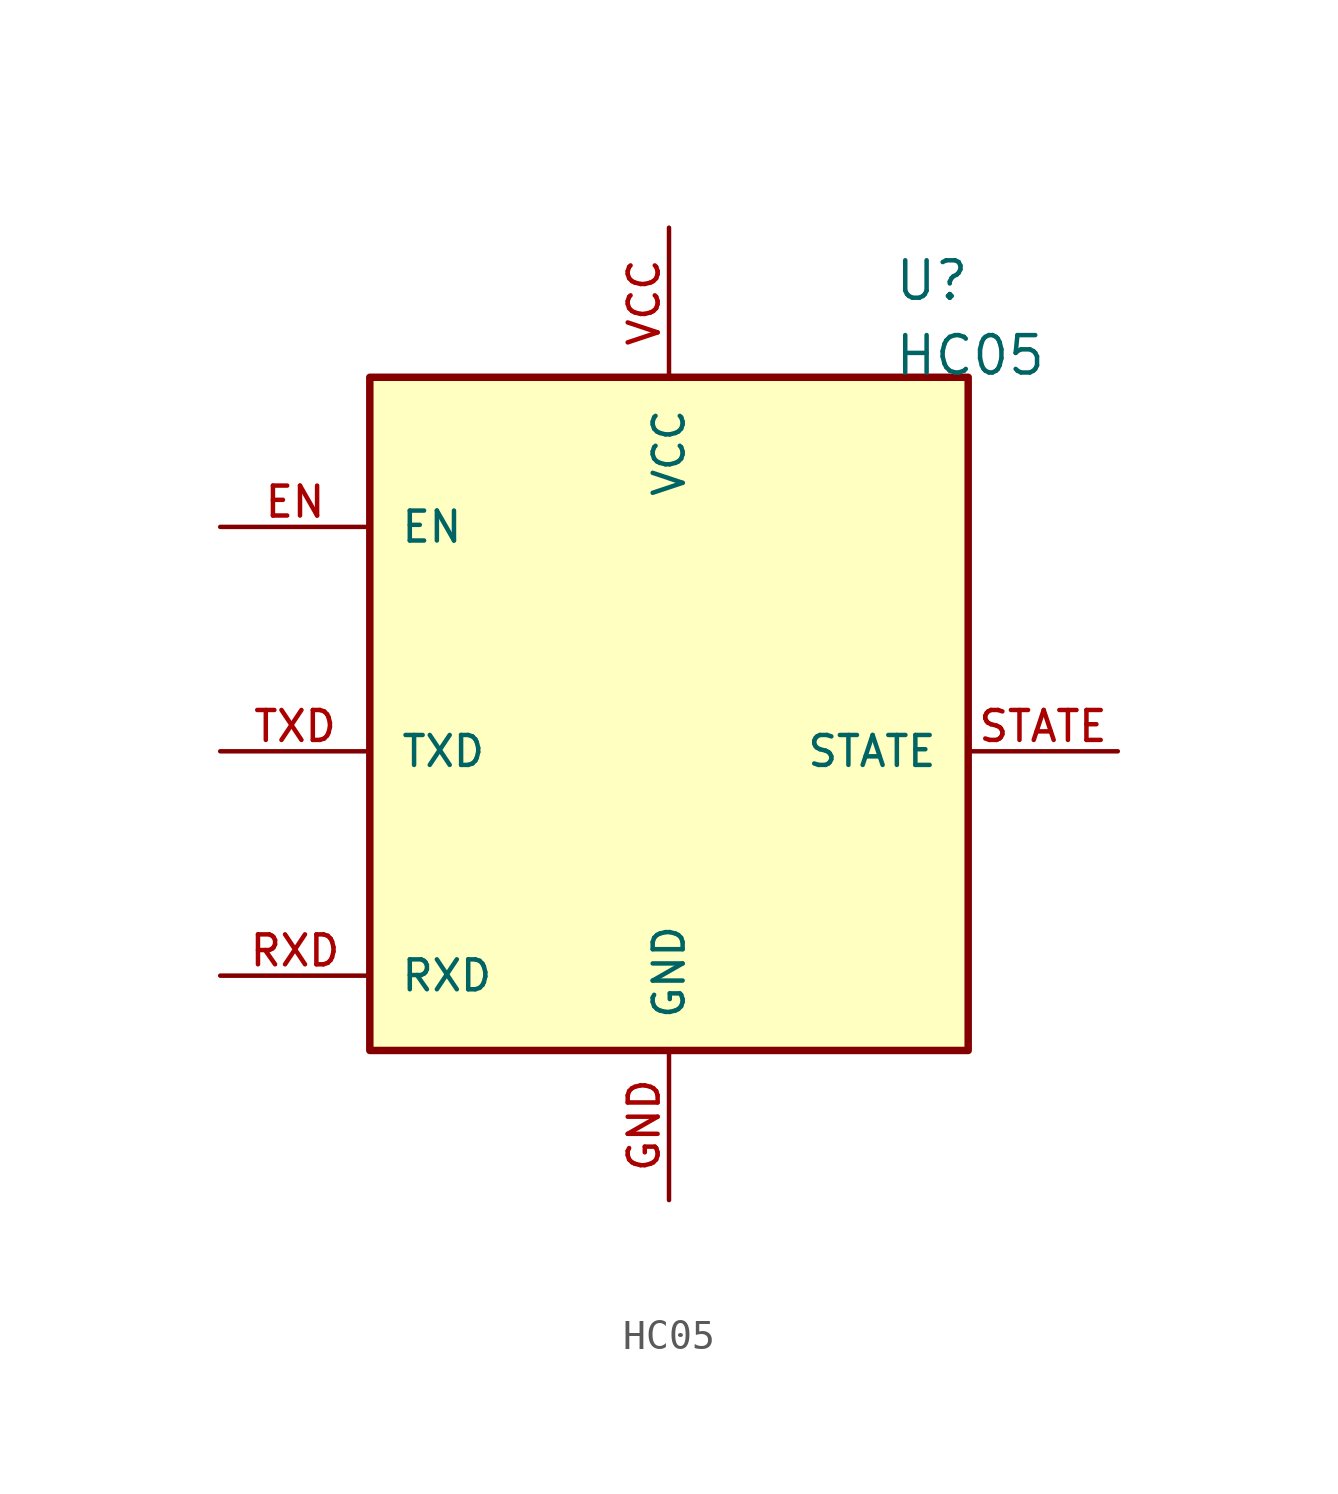
<source format=kicad_sym>
(kicad_symbol_lib
  (version 20241209)
  (generator "kicad_symbol_editor")
  (generator_version "9.0")
  (symbol "HC05"
    (pin_names
      (offset 1.016))
    (property "Reference" "U"
      (at 10.16 15.24 0)
      (effects (font (size 1.27 1.27)) (justify left bottom)))
    (property "Value" "HC05"
      (at 10.16 12.7 0)
      (effects (font (size 1.27 1.27)) (justify left bottom)))
    (symbol "HC05_0_0"
      (rectangle (start -7.62 -10.16) (end 12.7 12.7) (stroke (width 0.254) (type default)) (fill (type background)))
      (pin input line (at -12.7 7.62 0) (length 5.08) (name "EN" (effects (font (size 1.016 1.016)))) (number "EN" (effects (font (size 1.016 1.016)))))
      (pin output line (at -12.7 0 0) (length 5.08) (name "TXD" (effects (font (size 1.016 1.016)))) (number "TXD" (effects (font (size 1.016 1.016)))))
      (pin input line (at -12.7 -7.62 0) (length 5.08) (name "RXD" (effects (font (size 1.016 1.016)))) (number "RXD" (effects (font (size 1.016 1.016)))))
      (pin power_in line (at 2.54 17.78 270) (length 5.08) (name "VCC" (effects (font (size 1.016 1.016)))) (number "VCC" (effects (font (size 1.016 1.016)))))
      (pin power_in line (at 2.54 -15.24 90) (length 5.08) (name "GND" (effects (font (size 1.016 1.016)))) (number "GND" (effects (font (size 1.016 1.016)))))
      (pin output line (at 17.78 0 180) (length 5.08) (name "STATE" (effects (font (size 1.016 1.016)))) (number "STATE" (effects (font (size 1.016 1.016))))))))
</source>
